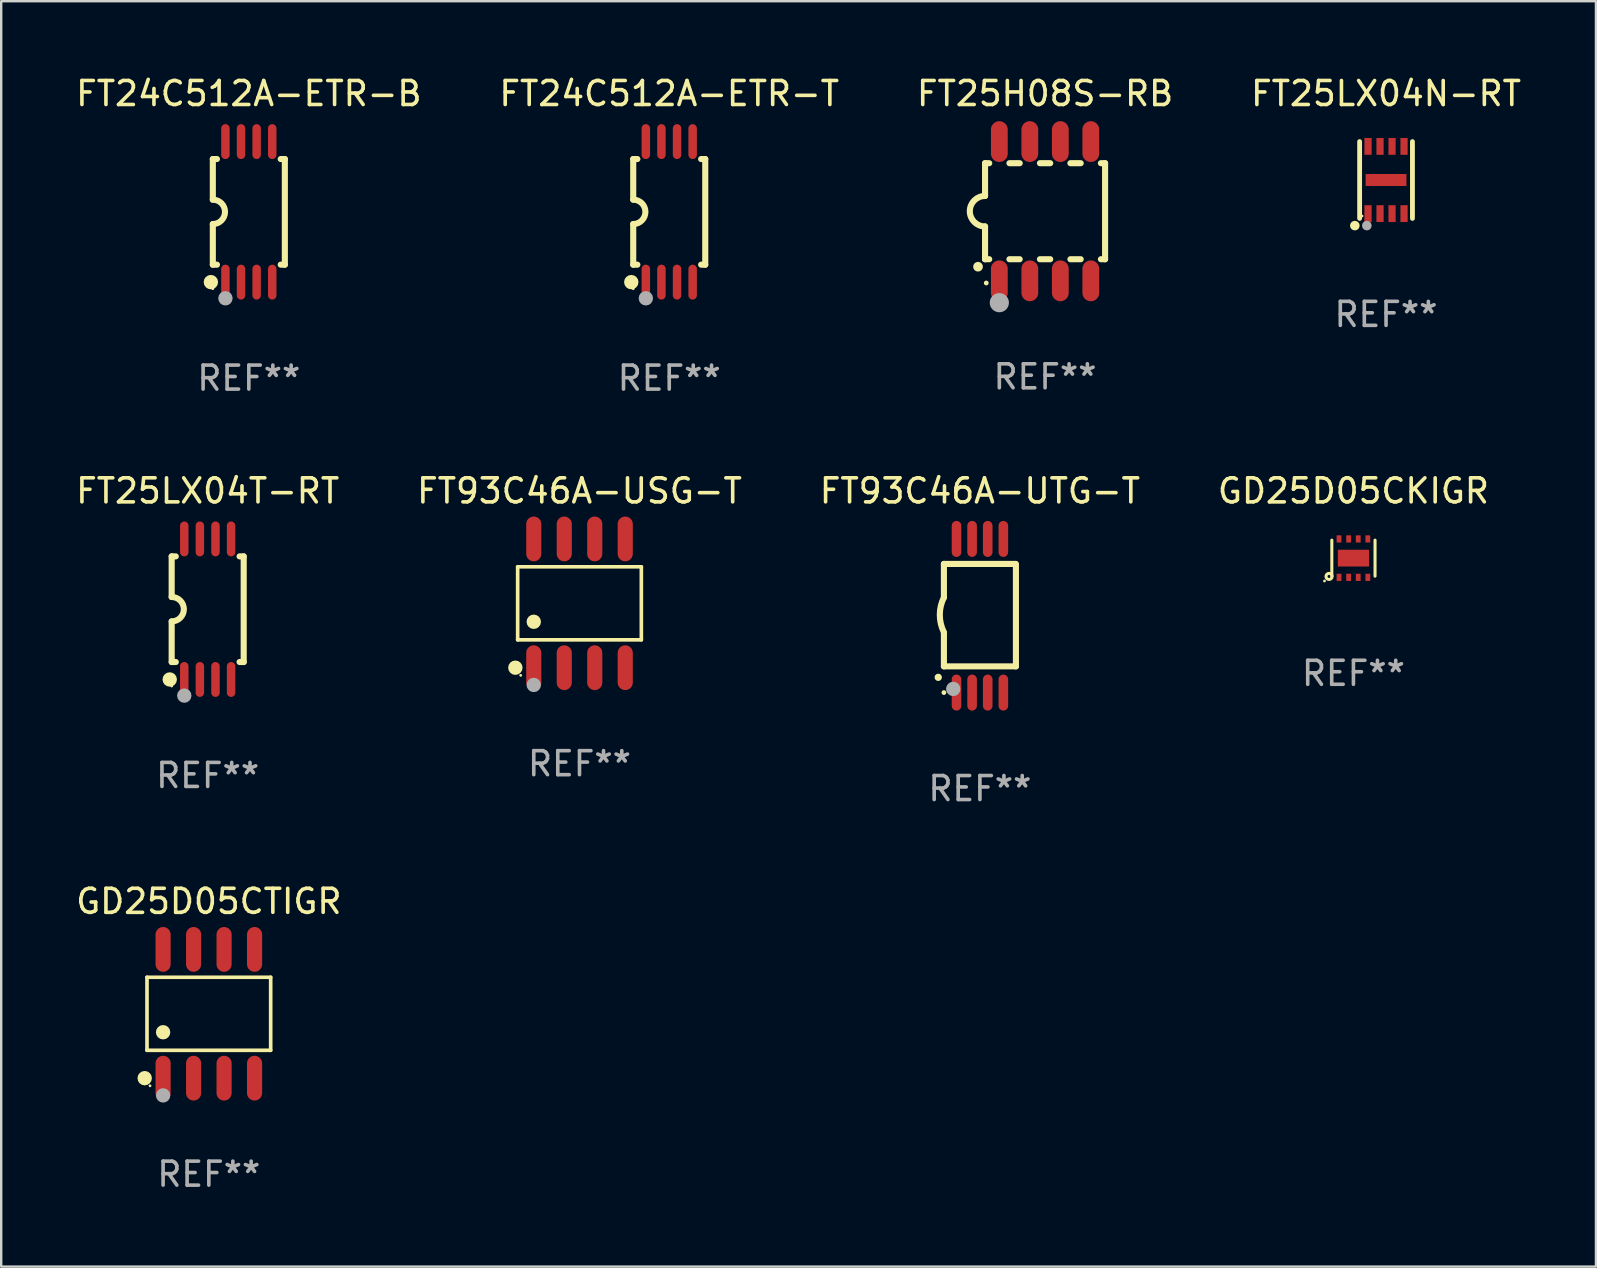
<source format=kicad_pcb>
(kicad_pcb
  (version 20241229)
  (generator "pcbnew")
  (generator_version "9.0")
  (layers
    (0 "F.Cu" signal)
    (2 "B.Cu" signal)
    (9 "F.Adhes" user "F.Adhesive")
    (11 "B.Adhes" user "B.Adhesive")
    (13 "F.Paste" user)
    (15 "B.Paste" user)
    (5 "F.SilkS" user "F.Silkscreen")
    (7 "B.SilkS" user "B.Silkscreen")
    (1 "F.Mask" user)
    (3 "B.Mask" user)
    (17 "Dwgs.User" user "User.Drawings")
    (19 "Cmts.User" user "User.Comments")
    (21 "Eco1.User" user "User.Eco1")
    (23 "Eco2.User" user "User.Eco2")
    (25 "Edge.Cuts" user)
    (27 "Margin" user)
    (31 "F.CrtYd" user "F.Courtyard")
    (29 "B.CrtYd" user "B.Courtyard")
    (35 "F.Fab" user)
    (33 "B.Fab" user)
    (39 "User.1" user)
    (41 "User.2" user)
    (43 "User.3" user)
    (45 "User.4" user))
  (footprint "FT25LX04T-RT"
    (layer "F.Cu")
    (at 5.601 22.326)
    (property "Reference" "FT25LX04T-RT" (at 0 -4.927 0) (layer "F.SilkS") (effects (font (size 1 1) (thickness 0.15))))
    (attr through_hole)
    (fp_line (start -1.5 -2.2) (end -1.5 -0.508) (stroke (width 0.254) (type solid)) (layer "F.SilkS"))
    (fp_line (start -1.5 -2.2) (end -1.328 -2.2) (stroke (width 0.254) (type solid)) (layer "F.SilkS"))
    (fp_line (start -1.5 2.2) (end -1.5 0.508) (stroke (width 0.254) (type solid)) (layer "F.SilkS"))
    (fp_line (start -1.5 2.2) (end -1.328 2.2) (stroke (width 0.254) (type solid)) (layer "F.SilkS"))
    (fp_line (start 1.328 -2.2) (end 1.5 -2.2) (stroke (width 0.254) (type solid)) (layer "F.SilkS"))
    (fp_line (start 1.328 2.2) (end 1.5 2.2) (stroke (width 0.254) (type solid)) (layer "F.SilkS"))
    (fp_line (start 1.5 -2.2) (end 1.5 2.2) (stroke (width 0.254) (type solid)) (layer "F.SilkS"))
    (fp_arc (start -1.501144 -0.508) (mid -0.993143 -0.000571) (end -1.5 0.508001) (stroke (width 0.254001) (type solid)) (layer "F.SilkS"))
    (fp_circle (center -1.581 2.927) (end -1.431 2.927) (stroke (width 0.3) (type solid)) (fill no) (layer "F.SilkS"))
    (fp_circle (center -1.5 3.2) (end -1.47 3.2) (stroke (width 0.06) (type solid)) (fill no) (layer "F.SilkS"))
    (fp_circle (center -0.975 3.6) (end -0.825 3.6) (stroke (width 0.3) (type solid)) (fill no) (layer "F.Fab"))
    (fp_text user "REF**" (at 0 6.927 0) (layer "F.Fab") (effects (font (size 1 1) (thickness 0.15))))
    (pad "1" smd oval (at -0.975 2.927) (size 0.353 1.454) (layers "F.Cu" "F.Mask" "F.Paste"))
    (pad "2" smd oval (at -0.325 2.927) (size 0.353 1.454) (layers "F.Cu" "F.Mask" "F.Paste"))
    (pad "3" smd oval (at 0.325 2.927) (size 0.353 1.454) (layers "F.Cu" "F.Mask" "F.Paste"))
    (pad "4" smd oval (at 0.975 2.927) (size 0.353 1.454) (layers "F.Cu" "F.Mask" "F.Paste"))
    (pad "5" smd oval (at 0.975 -2.927) (size 0.353 1.454) (layers "F.Cu" "F.Mask" "F.Paste"))
    (pad "6" smd oval (at 0.325 -2.927) (size 0.353 1.454) (layers "F.Cu" "F.Mask" "F.Paste"))
    (pad "7" smd oval (at -0.325 -2.927) (size 0.353 1.454) (layers "F.Cu" "F.Mask" "F.Paste"))
    (pad "8" smd oval (at -0.975 -2.927) (size 0.353 1.454) (layers "F.Cu" "F.Mask" "F.Paste")))
  (footprint "GD25D05CKIGR"
    (layer "F.Cu")
    (at 53.327 20.199)
    (property "Reference" "GD25D05CKIGR" (at 0 -2.8 0) (layer "F.SilkS") (effects (font (size 1 1) (thickness 0.15))))
    (attr through_hole)
    (fp_line (start -0.9 0.75) (end -0.9 -0.75) (stroke (width 0.127) (type solid)) (layer "F.SilkS"))
    (fp_line (start 0.9 0.75) (end 0.9 -0.75) (stroke (width 0.127) (type solid)) (layer "F.SilkS"))
    (fp_circle (center -1.206 0.952) (end -1.176 0.952) (stroke (width 0.06) (type solid)) (fill no) (layer "F.SilkS"))
    (fp_circle (center -1.016 0.762) (end -0.889 0.762) (stroke (width 0.127) (type solid)) (fill no) (layer "F.SilkS"))
    (fp_text user "REF**" (at 0 4.8 0) (layer "F.Fab") (effects (font (size 1 1) (thickness 0.15))))
    (pad "1" smd rect (at -0.6 0.8 180) (size 0.2 0.3) (layers "F.Cu" "F.Mask" "F.Paste"))
    (pad "2" smd rect (at -0.2 0.8 180) (size 0.2 0.3) (layers "F.Cu" "F.Mask" "F.Paste"))
    (pad "3" smd rect (at 0.2 0.8 180) (size 0.2 0.3) (layers "F.Cu" "F.Mask" "F.Paste"))
    (pad "4" smd rect (at 0.6 0.8 180) (size 0.2 0.3) (layers "F.Cu" "F.Mask" "F.Paste"))
    (pad "5" smd rect (at 0.6 -0.8 180) (size 0.2 0.3) (layers "F.Cu" "F.Mask" "F.Paste"))
    (pad "6" smd rect (at 0.2 -0.8 180) (size 0.2 0.3) (layers "F.Cu" "F.Mask" "F.Paste"))
    (pad "7" smd rect (at -0.2 -0.8 180) (size 0.2 0.3) (layers "F.Cu" "F.Mask" "F.Paste"))
    (pad "8" smd rect (at -0.6 -0.8 180) (size 0.2 0.3) (layers "F.Cu" "F.Mask" "F.Paste"))
    (pad "9" smd rect (at 0.000064 -0.000127 270) (size 0.7 1.3) (layers "F.Cu" "F.Mask" "F.Paste")))
  (footprint "FT93C46A-USG-T"
    (layer "F.Cu")
    (at 21.089 22.081)
    (property "Reference" "FT93C46A-USG-T" (at 0 -4.682 0) (layer "F.SilkS") (effects (font (size 1 1) (thickness 0.15))))
    (attr through_hole)
    (fp_line (start -2.576 -1.521) (end 2.576 -1.521) (stroke (width 0.152) (type solid)) (layer "F.SilkS"))
    (fp_line (start -2.576 1.521) (end -2.576 -1.521) (stroke (width 0.152) (type solid)) (layer "F.SilkS"))
    (fp_line (start 2.576 -1.521) (end 2.576 1.521) (stroke (width 0.152) (type solid)) (layer "F.SilkS"))
    (fp_line (start 2.576 1.521) (end -2.576 1.521) (stroke (width 0.152) (type solid)) (layer "F.SilkS"))
    (fp_circle (center -2.672 2.682) (end -2.522 2.682) (stroke (width 0.3) (type solid)) (fill no) (layer "F.SilkS"))
    (fp_circle (center -2.45 3) (end -2.42 3) (stroke (width 0.06) (type solid)) (fill no) (layer "F.SilkS"))
    (fp_circle (center -1.905 0.769) (end -1.755 0.769) (stroke (width 0.3) (type solid)) (fill no) (layer "F.SilkS"))
    (fp_circle (center -1.905 3.4) (end -1.755 3.4) (stroke (width 0.3) (type solid)) (fill no) (layer "F.Fab"))
    (fp_text user "REF**" (at 0 6.682 0) (layer "F.Fab") (effects (font (size 1 1) (thickness 0.15))))
    (pad "1" smd oval (at -1.905 2.682) (size 0.63 1.865) (layers "F.Cu" "F.Mask" "F.Paste"))
    (pad "2" smd oval (at -0.635 2.682) (size 0.63 1.865) (layers "F.Cu" "F.Mask" "F.Paste"))
    (pad "3" smd oval (at 0.635 2.682) (size 0.63 1.865) (layers "F.Cu" "F.Mask" "F.Paste"))
    (pad "4" smd oval (at 1.905 2.682) (size 0.63 1.865) (layers "F.Cu" "F.Mask" "F.Paste"))
    (pad "5" smd oval (at 1.905 -2.682) (size 0.63 1.865) (layers "F.Cu" "F.Mask" "F.Paste"))
    (pad "6" smd oval (at 0.635 -2.682) (size 0.63 1.865) (layers "F.Cu" "F.Mask" "F.Paste"))
    (pad "7" smd oval (at -0.635 -2.682) (size 0.63 1.865) (layers "F.Cu" "F.Mask" "F.Paste"))
    (pad "8" smd oval (at -1.905 -2.682) (size 0.63 1.865) (layers "F.Cu" "F.Mask" "F.Paste")))
  (footprint "FT25H08S-RB"
    (layer "F.Cu")
    (at 40.482 5.748)
    (property "Reference" "FT25H08S-RB" (at 0 -4.9 0) (layer "F.SilkS") (effects (font (size 1 1) (thickness 0.15))))
    (attr through_hole)
    (fp_line (start -2.5 -2) (end -2.5 -0.635) (stroke (width 0.254) (type solid)) (layer "F.SilkS"))
    (fp_line (start -2.5 -2) (end -2.326 -2) (stroke (width 0.254) (type solid)) (layer "F.SilkS"))
    (fp_line (start -2.5 2) (end -2.5 0.635) (stroke (width 0.254) (type solid)) (layer "F.SilkS"))
    (fp_line (start -2.5 2) (end -2.326 2) (stroke (width 0.254) (type solid)) (layer "F.SilkS"))
    (fp_line (start -1.484 -2) (end -1.056 -2) (stroke (width 0.254) (type solid)) (layer "F.SilkS"))
    (fp_line (start -1.484 2) (end -1.056 2) (stroke (width 0.254) (type solid)) (layer "F.SilkS"))
    (fp_line (start -0.214 -2) (end 0.214 -2) (stroke (width 0.254) (type solid)) (layer "F.SilkS"))
    (fp_line (start -0.214 2) (end 0.214 2) (stroke (width 0.254) (type solid)) (layer "F.SilkS"))
    (fp_line (start 1.056 -2) (end 1.484 -2) (stroke (width 0.254) (type solid)) (layer "F.SilkS"))
    (fp_line (start 1.056 2) (end 1.484 2) (stroke (width 0.254) (type solid)) (layer "F.SilkS"))
    (fp_line (start 2.326 -2) (end 2.5 -2) (stroke (width 0.254) (type solid)) (layer "F.SilkS"))
    (fp_line (start 2.326 2) (end 2.5 2) (stroke (width 0.254) (type solid)) (layer "F.SilkS"))
    (fp_line (start 2.5 -2) (end 2.5 2) (stroke (width 0.254) (type solid)) (layer "F.SilkS"))
    (fp_arc (start -2.794006 2.311405) (mid -2.792736 2.311401) (end -2.791466 2.311405) (stroke (width 0.4) (type solid)) (layer "F.SilkS"))
    (fp_arc (start -2.5 0.635001) (mid -3.134366 -0.000318) (end -2.499365 -0.635001) (stroke (width 0.254001) (type solid)) (layer "F.SilkS"))
    (fp_circle (center -2.45 2.99) (end -2.4 2.99) (stroke (width 0.1) (type solid)) (fill no) (layer "F.SilkS"))
    (fp_circle (center -1.905 3.81) (end -1.705 3.81) (stroke (width 0.4) (type solid)) (fill no) (layer "F.Fab"))
    (fp_text user "REF**" (at 0 6.9 0) (layer "F.Fab") (effects (font (size 1 1) (thickness 0.15))))
    (pad "1" smd oval (at -1.905 2.9 180) (size 0.7 1.7) (layers "F.Cu" "F.Mask" "F.Paste"))
    (pad "2" smd oval (at -0.635 2.9 180) (size 0.7 1.7) (layers "F.Cu" "F.Mask" "F.Paste"))
    (pad "3" smd oval (at 0.635 2.9 180) (size 0.7 1.7) (layers "F.Cu" "F.Mask" "F.Paste"))
    (pad "4" smd oval (at 1.905 2.9 180) (size 0.7 1.7) (layers "F.Cu" "F.Mask" "F.Paste"))
    (pad "5" smd oval (at 1.905 -2.9 180) (size 0.7 1.7) (layers "F.Cu" "F.Mask" "F.Paste"))
    (pad "6" smd oval (at 0.635 -2.9 180) (size 0.7 1.7) (layers "F.Cu" "F.Mask" "F.Paste"))
    (pad "7" smd oval (at -0.635 -2.9 180) (size 0.7 1.7) (layers "F.Cu" "F.Mask" "F.Paste"))
    (pad "8" smd oval (at -1.905 -2.9 180) (size 0.7 1.7) (layers "F.Cu" "F.Mask" "F.Paste")))
  (footprint "FT24C512A-ETR-B"
    (layer "F.Cu")
    (at 7.315 5.775)
    (property "Reference" "FT24C512A-ETR-B" (at 0 -4.927 0) (layer "F.SilkS") (effects (font (size 1 1) (thickness 0.15))))
    (attr through_hole)
    (fp_line (start -1.5 -2.2) (end -1.5 -0.508) (stroke (width 0.254) (type solid)) (layer "F.SilkS"))
    (fp_line (start -1.5 -2.2) (end -1.328 -2.2) (stroke (width 0.254) (type solid)) (layer "F.SilkS"))
    (fp_line (start -1.5 2.2) (end -1.5 0.508) (stroke (width 0.254) (type solid)) (layer "F.SilkS"))
    (fp_line (start -1.5 2.2) (end -1.328 2.2) (stroke (width 0.254) (type solid)) (layer "F.SilkS"))
    (fp_line (start 1.328 -2.2) (end 1.5 -2.2) (stroke (width 0.254) (type solid)) (layer "F.SilkS"))
    (fp_line (start 1.328 2.2) (end 1.5 2.2) (stroke (width 0.254) (type solid)) (layer "F.SilkS"))
    (fp_line (start 1.5 -2.2) (end 1.5 2.2) (stroke (width 0.254) (type solid)) (layer "F.SilkS"))
    (fp_arc (start -1.501144 -0.508) (mid -0.993143 -0.000571) (end -1.5 0.508001) (stroke (width 0.254001) (type solid)) (layer "F.SilkS"))
    (fp_circle (center -1.581 2.927) (end -1.431 2.927) (stroke (width 0.3) (type solid)) (fill no) (layer "F.SilkS"))
    (fp_circle (center -1.5 3.2) (end -1.47 3.2) (stroke (width 0.06) (type solid)) (fill no) (layer "F.SilkS"))
    (fp_circle (center -0.975 3.6) (end -0.825 3.6) (stroke (width 0.3) (type solid)) (fill no) (layer "F.Fab"))
    (fp_text user "REF**" (at 0 6.927 0) (layer "F.Fab") (effects (font (size 1 1) (thickness 0.15))))
    (pad "1" smd oval (at -0.975 2.927) (size 0.353 1.454) (layers "F.Cu" "F.Mask" "F.Paste"))
    (pad "2" smd oval (at -0.325 2.927) (size 0.353 1.454) (layers "F.Cu" "F.Mask" "F.Paste"))
    (pad "3" smd oval (at 0.325 2.927) (size 0.353 1.454) (layers "F.Cu" "F.Mask" "F.Paste"))
    (pad "4" smd oval (at 0.975 2.927) (size 0.353 1.454) (layers "F.Cu" "F.Mask" "F.Paste"))
    (pad "5" smd oval (at 0.975 -2.927) (size 0.353 1.454) (layers "F.Cu" "F.Mask" "F.Paste"))
    (pad "6" smd oval (at 0.325 -2.927) (size 0.353 1.454) (layers "F.Cu" "F.Mask" "F.Paste"))
    (pad "7" smd oval (at -0.325 -2.927) (size 0.353 1.454) (layers "F.Cu" "F.Mask" "F.Paste"))
    (pad "8" smd oval (at -0.975 -2.927) (size 0.353 1.454) (layers "F.Cu" "F.Mask" "F.Paste")))
  (footprint "FT25LX04N-RT"
    (layer "F.Cu")
    (at 54.685 4.448)
    (property "Reference" "FT25LX04N-RT" (at 0 -3.6 0) (layer "F.SilkS") (effects (font (size 1 1) (thickness 0.15))))
    (attr through_hole)
    (fp_line (start -1.1 1.6) (end -1.1 -1.6) (stroke (width 0.2) (type solid)) (layer "F.SilkS"))
    (fp_line (start 1.1 1.6) (end 1.1 -1.6) (stroke (width 0.2) (type solid)) (layer "F.SilkS"))
    (fp_circle (center -1.3 1.9) (end -1.2 1.9) (stroke (width 0.2) (type solid)) (fill no) (layer "F.SilkS"))
    (fp_circle (center -1 1.5) (end -0.97 1.5) (stroke (width 0.06) (type solid)) (fill no) (layer "F.SilkS"))
    (fp_circle (center -0.8 1.9) (end -0.7 1.9) (stroke (width 0.2) (type solid)) (fill no) (layer "F.Fab"))
    (fp_text user "REF**" (at 0 5.6 0) (layer "F.Fab") (effects (font (size 1 1) (thickness 0.15))))
    (pad "1" smd rect (at -0.75 1.4 90) (size 0.7 0.3) (layers "F.Cu" "F.Mask" "F.Paste"))
    (pad "2" smd rect (at -0.25 1.4 90) (size 0.7 0.3) (layers "F.Cu" "F.Mask" "F.Paste"))
    (pad "3" smd rect (at 0.25 1.4 90) (size 0.7 0.3) (layers "F.Cu" "F.Mask" "F.Paste"))
    (pad "4" smd rect (at 0.75 1.4 90) (size 0.7 0.3) (layers "F.Cu" "F.Mask" "F.Paste"))
    (pad "5" smd rect (at 0.75 -1.4 90) (size 0.7 0.3) (layers "F.Cu" "F.Mask" "F.Paste"))
    (pad "6" smd rect (at 0.25 -1.4 90) (size 0.7 0.3) (layers "F.Cu" "F.Mask" "F.Paste"))
    (pad "7" smd rect (at -0.25 -1.4 90) (size 0.7 0.3) (layers "F.Cu" "F.Mask" "F.Paste"))
    (pad "8" smd rect (at -0.75 -1.4 90) (size 0.7 0.3) (layers "F.Cu" "F.Mask" "F.Paste"))
    (pad "9" smd rect (at 0.000127 0) (size 1.7 0.5) (layers "F.Cu" "F.Mask" "F.Paste")))
  (footprint "FT93C46A-UTG-T"
    (layer "F.Cu")
    (at 37.768 22.599)
    (property "Reference" "FT93C46A-UTG-T" (at 0 -5.2 0) (layer "F.SilkS") (effects (font (size 1 1) (thickness 0.15))))
    (attr through_hole)
    (fp_line (start -1.5 -0.762) (end -1.5 -2.159) (stroke (width 0.254) (type solid)) (layer "F.SilkS"))
    (fp_line (start -1.5 2.108) (end -1.5 0.711) (stroke (width 0.254) (type solid)) (layer "F.SilkS"))
    (fp_line (start -1.5 2.108) (end 1.5 2.108) (stroke (width 0.254) (type solid)) (layer "F.SilkS"))
    (fp_line (start 1.463 -2.159) (end -1.5 -2.159) (stroke (width 0.254) (type solid)) (layer "F.SilkS"))
    (fp_line (start 1.5 2.108) (end 1.5 -2.159) (stroke (width 0.254) (type solid)) (layer "F.SilkS"))
    (fp_arc (start -1.737287 2.565405) (mid -1.736017 2.5654) (end -1.734747 2.565405) (stroke (width 0.3) (type solid)) (layer "F.SilkS"))
    (fp_arc (start -1.500076 0.685801) (mid -1.670966 -0.0381) (end -1.500076 -0.762002) (stroke (width 0.254001) (type solid)) (layer "F.SilkS"))
    (fp_circle (center -1.5 3.2) (end -1.45 3.2) (stroke (width 0.1) (type solid)) (fill no) (layer "F.SilkS"))
    (fp_circle (center -1.112 3.048) (end -0.962 3.048) (stroke (width 0.3) (type solid)) (fill no) (layer "F.Fab"))
    (fp_text user "REF**" (at 0 7.2 0) (layer "F.Fab") (effects (font (size 1 1) (thickness 0.15))))
    (pad "1" smd oval (at -0.975 3.2 180) (size 0.4 1.5) (layers "F.Cu" "F.Mask" "F.Paste"))
    (pad "2" smd oval (at -0.325 3.2 180) (size 0.4 1.5) (layers "F.Cu" "F.Mask" "F.Paste"))
    (pad "3" smd oval (at 0.325 3.2 180) (size 0.4 1.5) (layers "F.Cu" "F.Mask" "F.Paste"))
    (pad "4" smd oval (at 0.976 3.2 180) (size 0.4 1.5) (layers "F.Cu" "F.Mask" "F.Paste"))
    (pad "5" smd oval (at 0.976 -3.2 180) (size 0.4 1.5) (layers "F.Cu" "F.Mask" "F.Paste"))
    (pad "6" smd oval (at 0.325 -3.2 180) (size 0.4 1.5) (layers "F.Cu" "F.Mask" "F.Paste"))
    (pad "7" smd oval (at -0.325 -3.2 180) (size 0.4 1.5) (layers "F.Cu" "F.Mask" "F.Paste"))
    (pad "8" smd oval (at -0.975 -3.2 180) (size 0.4 1.5) (layers "F.Cu" "F.Mask" "F.Paste")))
  (footprint "FT24C512A-ETR-T"
    (layer "F.Cu")
    (at 24.827 5.775)
    (property "Reference" "FT24C512A-ETR-T" (at 0 -4.927 0) (layer "F.SilkS") (effects (font (size 1 1) (thickness 0.15))))
    (attr through_hole)
    (fp_line (start -1.5 -2.2) (end -1.5 -0.508) (stroke (width 0.254) (type solid)) (layer "F.SilkS"))
    (fp_line (start -1.5 -2.2) (end -1.328 -2.2) (stroke (width 0.254) (type solid)) (layer "F.SilkS"))
    (fp_line (start -1.5 2.2) (end -1.5 0.508) (stroke (width 0.254) (type solid)) (layer "F.SilkS"))
    (fp_line (start -1.5 2.2) (end -1.328 2.2) (stroke (width 0.254) (type solid)) (layer "F.SilkS"))
    (fp_line (start 1.328 -2.2) (end 1.5 -2.2) (stroke (width 0.254) (type solid)) (layer "F.SilkS"))
    (fp_line (start 1.328 2.2) (end 1.5 2.2) (stroke (width 0.254) (type solid)) (layer "F.SilkS"))
    (fp_line (start 1.5 -2.2) (end 1.5 2.2) (stroke (width 0.254) (type solid)) (layer "F.SilkS"))
    (fp_arc (start -1.501144 -0.508) (mid -0.993143 -0.000571) (end -1.5 0.508001) (stroke (width 0.254001) (type solid)) (layer "F.SilkS"))
    (fp_circle (center -1.581 2.927) (end -1.431 2.927) (stroke (width 0.3) (type solid)) (fill no) (layer "F.SilkS"))
    (fp_circle (center -1.5 3.2) (end -1.47 3.2) (stroke (width 0.06) (type solid)) (fill no) (layer "F.SilkS"))
    (fp_circle (center -0.975 3.6) (end -0.825 3.6) (stroke (width 0.3) (type solid)) (fill no) (layer "F.Fab"))
    (fp_text user "REF**" (at 0 6.927 0) (layer "F.Fab") (effects (font (size 1 1) (thickness 0.15))))
    (pad "1" smd oval (at -0.975 2.927) (size 0.353 1.454) (layers "F.Cu" "F.Mask" "F.Paste"))
    (pad "2" smd oval (at -0.325 2.927) (size 0.353 1.454) (layers "F.Cu" "F.Mask" "F.Paste"))
    (pad "3" smd oval (at 0.325 2.927) (size 0.353 1.454) (layers "F.Cu" "F.Mask" "F.Paste"))
    (pad "4" smd oval (at 0.975 2.927) (size 0.353 1.454) (layers "F.Cu" "F.Mask" "F.Paste"))
    (pad "5" smd oval (at 0.975 -2.927) (size 0.353 1.454) (layers "F.Cu" "F.Mask" "F.Paste"))
    (pad "6" smd oval (at 0.325 -2.927) (size 0.353 1.454) (layers "F.Cu" "F.Mask" "F.Paste"))
    (pad "7" smd oval (at -0.325 -2.927) (size 0.353 1.454) (layers "F.Cu" "F.Mask" "F.Paste"))
    (pad "8" smd oval (at -0.975 -2.927) (size 0.353 1.454) (layers "F.Cu" "F.Mask" "F.Paste")))
  (footprint "GD25D05CTIGR"
    (layer "F.Cu")
    (at 5.649 39.179)
    (property "Reference" "GD25D05CTIGR" (at 0 -4.682 0) (layer "F.SilkS") (effects (font (size 1 1) (thickness 0.15))))
    (attr through_hole)
    (fp_line (start -2.576 -1.521) (end 2.576 -1.521) (stroke (width 0.152) (type solid)) (layer "F.SilkS"))
    (fp_line (start -2.576 1.521) (end -2.576 -1.521) (stroke (width 0.152) (type solid)) (layer "F.SilkS"))
    (fp_line (start 2.576 -1.521) (end 2.576 1.521) (stroke (width 0.152) (type solid)) (layer "F.SilkS"))
    (fp_line (start 2.576 1.521) (end -2.576 1.521) (stroke (width 0.152) (type solid)) (layer "F.SilkS"))
    (fp_circle (center -2.672 2.682) (end -2.522 2.682) (stroke (width 0.3) (type solid)) (fill no) (layer "F.SilkS"))
    (fp_circle (center -2.45 3) (end -2.42 3) (stroke (width 0.06) (type solid)) (fill no) (layer "F.SilkS"))
    (fp_circle (center -1.905 0.769) (end -1.755 0.769) (stroke (width 0.3) (type solid)) (fill no) (layer "F.SilkS"))
    (fp_circle (center -1.905 3.4) (end -1.755 3.4) (stroke (width 0.3) (type solid)) (fill no) (layer "F.Fab"))
    (fp_text user "REF**" (at 0 6.682 0) (layer "F.Fab") (effects (font (size 1 1) (thickness 0.15))))
    (pad "1" smd oval (at -1.905 2.682) (size 0.63 1.865) (layers "F.Cu" "F.Mask" "F.Paste"))
    (pad "2" smd oval (at -0.635 2.682) (size 0.63 1.865) (layers "F.Cu" "F.Mask" "F.Paste"))
    (pad "3" smd oval (at 0.635 2.682) (size 0.63 1.865) (layers "F.Cu" "F.Mask" "F.Paste"))
    (pad "4" smd oval (at 1.905 2.682) (size 0.63 1.865) (layers "F.Cu" "F.Mask" "F.Paste"))
    (pad "5" smd oval (at 1.905 -2.682) (size 0.63 1.865) (layers "F.Cu" "F.Mask" "F.Paste"))
    (pad "6" smd oval (at 0.635 -2.682) (size 0.63 1.865) (layers "F.Cu" "F.Mask" "F.Paste"))
    (pad "7" smd oval (at -0.635 -2.682) (size 0.63 1.865) (layers "F.Cu" "F.Mask" "F.Paste"))
    (pad "8" smd oval (at -1.905 -2.682) (size 0.63 1.865) (layers "F.Cu" "F.Mask" "F.Paste")))
  (gr_rect
    (start -3 -3)
    (end 63.429 49.71)
    (stroke (width 0.1) (type default))
    (fill no)
    (layer "Edge.Cuts")))
</source>
